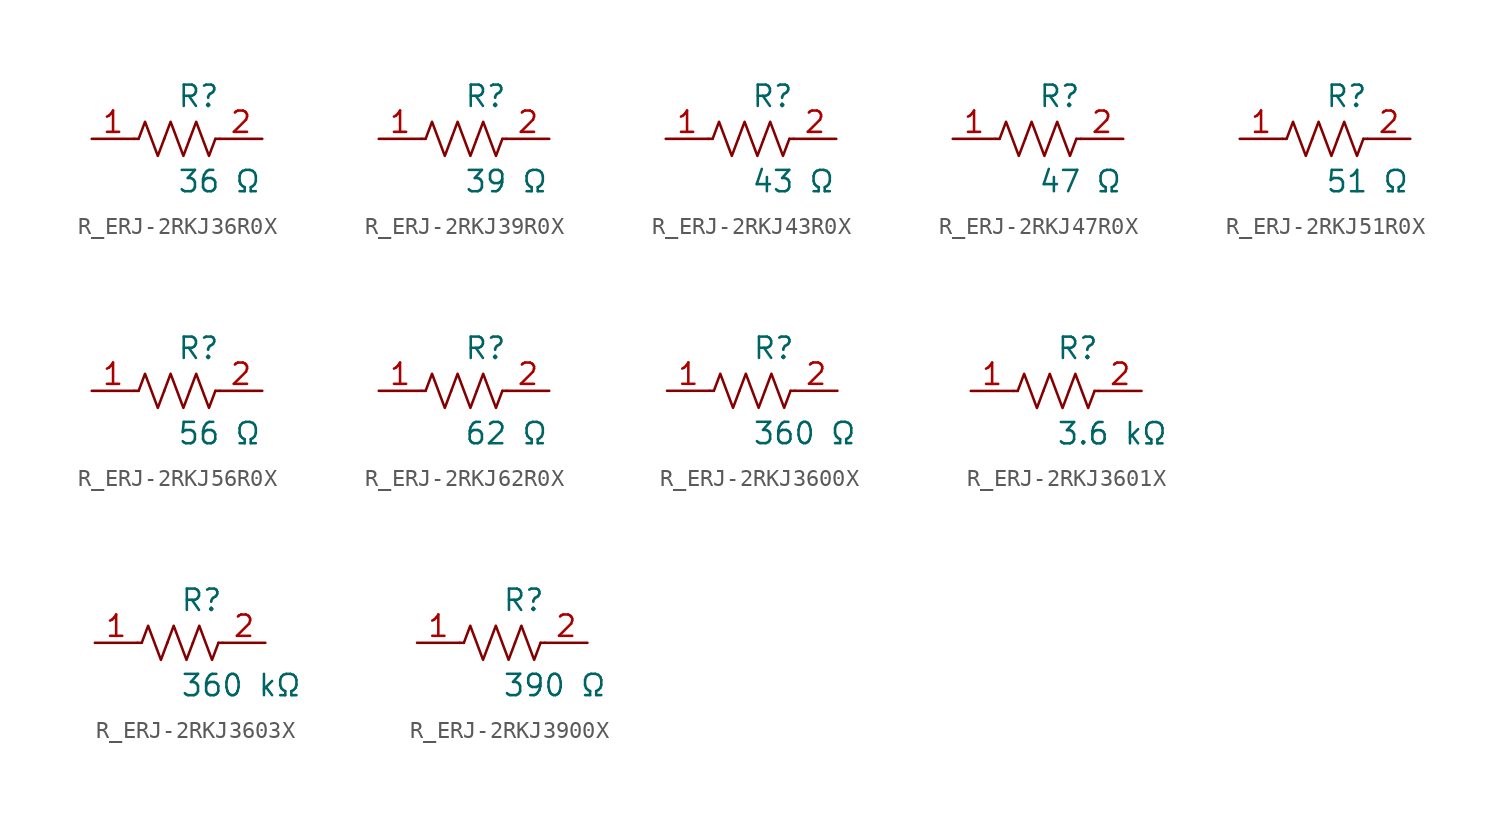
<source format=kicad_sym>
(kicad_symbol_lib
  (version 20231120)
  (generator kicad_symbol_editor)
  (generator_version 8.0)
  (symbol "R_ERJ-2RKJ36R0X"
    (pin_names
      (offset 0.254))
    (property "Reference" "R"
      (at 0.0 2.54 0)
      (effects (font (size 1.27 1.27)) (justify left)))
    (property "Value" "36 Ω"
      (at 0.0 -2.54 0)
      (effects (font (size 1.27 1.27)) (justify left)))
    (symbol "R_ERJ-2RKJ36R0X_0_1"
      (polyline (pts (xy 2.286 0) (xy 2.54 0)) (stroke (width 0) (type default)) (fill (type none)))
      (polyline (pts (xy -2.286 0) (xy -2.54 0)) (stroke (width 0) (type default)) (fill (type none)))
      (polyline (pts (xy 0.762 0) (xy 1.143 1.016) (xy 1.524 0) (xy 1.905 -1.016) (xy 2.286 0)) (stroke (width 0) (type default)) (fill (type none)))
      (polyline (pts (xy -0.762 0) (xy -0.381 1.016) (xy 0 0) (xy 0.381 -1.016) (xy 0.762 0)) (stroke (width 0) (type default)) (fill (type none)))
      (polyline (pts (xy -2.286 0) (xy -1.905 1.016) (xy -1.524 0) (xy -1.143 -1.016) (xy -0.762 0)) (stroke (width 0) (type default)) (fill (type none))))
    (pin unspecified line
      (at -5.08 0 0)
      (length 2.54)
      (name "" (effects (font (size 1.27 1.27))))
      (number "1" (effects (font (size 1.27 1.27)))))
    (pin unspecified line
      (at 5.08 0 180)
      (length 2.54)
      (name "" (effects (font (size 1.27 1.27))))
      (number "2" (effects (font (size 1.27 1.27))))))
  (symbol "R_ERJ-2RKJ39R0X"
    (pin_names
      (offset 0.254))
    (property "Reference" "R"
      (at 0.0 2.54 0)
      (effects (font (size 1.27 1.27)) (justify left)))
    (property "Value" "39 Ω"
      (at 0.0 -2.54 0)
      (effects (font (size 1.27 1.27)) (justify left)))
    (symbol "R_ERJ-2RKJ39R0X_0_1"
      (polyline (pts (xy 2.286 0) (xy 2.54 0)) (stroke (width 0) (type default)) (fill (type none)))
      (polyline (pts (xy -2.286 0) (xy -2.54 0)) (stroke (width 0) (type default)) (fill (type none)))
      (polyline (pts (xy 0.762 0) (xy 1.143 1.016) (xy 1.524 0) (xy 1.905 -1.016) (xy 2.286 0)) (stroke (width 0) (type default)) (fill (type none)))
      (polyline (pts (xy -0.762 0) (xy -0.381 1.016) (xy 0 0) (xy 0.381 -1.016) (xy 0.762 0)) (stroke (width 0) (type default)) (fill (type none)))
      (polyline (pts (xy -2.286 0) (xy -1.905 1.016) (xy -1.524 0) (xy -1.143 -1.016) (xy -0.762 0)) (stroke (width 0) (type default)) (fill (type none))))
    (pin unspecified line
      (at -5.08 0 0)
      (length 2.54)
      (name "" (effects (font (size 1.27 1.27))))
      (number "1" (effects (font (size 1.27 1.27)))))
    (pin unspecified line
      (at 5.08 0 180)
      (length 2.54)
      (name "" (effects (font (size 1.27 1.27))))
      (number "2" (effects (font (size 1.27 1.27))))))
  (symbol "R_ERJ-2RKJ43R0X"
    (pin_names
      (offset 0.254))
    (property "Reference" "R"
      (at 0.0 2.54 0)
      (effects (font (size 1.27 1.27)) (justify left)))
    (property "Value" "43 Ω"
      (at 0.0 -2.54 0)
      (effects (font (size 1.27 1.27)) (justify left)))
    (symbol "R_ERJ-2RKJ43R0X_0_1"
      (polyline (pts (xy 2.286 0) (xy 2.54 0)) (stroke (width 0) (type default)) (fill (type none)))
      (polyline (pts (xy -2.286 0) (xy -2.54 0)) (stroke (width 0) (type default)) (fill (type none)))
      (polyline (pts (xy 0.762 0) (xy 1.143 1.016) (xy 1.524 0) (xy 1.905 -1.016) (xy 2.286 0)) (stroke (width 0) (type default)) (fill (type none)))
      (polyline (pts (xy -0.762 0) (xy -0.381 1.016) (xy 0 0) (xy 0.381 -1.016) (xy 0.762 0)) (stroke (width 0) (type default)) (fill (type none)))
      (polyline (pts (xy -2.286 0) (xy -1.905 1.016) (xy -1.524 0) (xy -1.143 -1.016) (xy -0.762 0)) (stroke (width 0) (type default)) (fill (type none))))
    (pin unspecified line
      (at -5.08 0 0)
      (length 2.54)
      (name "" (effects (font (size 1.27 1.27))))
      (number "1" (effects (font (size 1.27 1.27)))))
    (pin unspecified line
      (at 5.08 0 180)
      (length 2.54)
      (name "" (effects (font (size 1.27 1.27))))
      (number "2" (effects (font (size 1.27 1.27))))))
  (symbol "R_ERJ-2RKJ47R0X"
    (pin_names
      (offset 0.254))
    (property "Reference" "R"
      (at 0.0 2.54 0)
      (effects (font (size 1.27 1.27)) (justify left)))
    (property "Value" "47 Ω"
      (at 0.0 -2.54 0)
      (effects (font (size 1.27 1.27)) (justify left)))
    (symbol "R_ERJ-2RKJ47R0X_0_1"
      (polyline (pts (xy 2.286 0) (xy 2.54 0)) (stroke (width 0) (type default)) (fill (type none)))
      (polyline (pts (xy -2.286 0) (xy -2.54 0)) (stroke (width 0) (type default)) (fill (type none)))
      (polyline (pts (xy 0.762 0) (xy 1.143 1.016) (xy 1.524 0) (xy 1.905 -1.016) (xy 2.286 0)) (stroke (width 0) (type default)) (fill (type none)))
      (polyline (pts (xy -0.762 0) (xy -0.381 1.016) (xy 0 0) (xy 0.381 -1.016) (xy 0.762 0)) (stroke (width 0) (type default)) (fill (type none)))
      (polyline (pts (xy -2.286 0) (xy -1.905 1.016) (xy -1.524 0) (xy -1.143 -1.016) (xy -0.762 0)) (stroke (width 0) (type default)) (fill (type none))))
    (pin unspecified line
      (at -5.08 0 0)
      (length 2.54)
      (name "" (effects (font (size 1.27 1.27))))
      (number "1" (effects (font (size 1.27 1.27)))))
    (pin unspecified line
      (at 5.08 0 180)
      (length 2.54)
      (name "" (effects (font (size 1.27 1.27))))
      (number "2" (effects (font (size 1.27 1.27))))))
  (symbol "R_ERJ-2RKJ51R0X"
    (pin_names
      (offset 0.254))
    (property "Reference" "R"
      (at 0.0 2.54 0)
      (effects (font (size 1.27 1.27)) (justify left)))
    (property "Value" "51 Ω"
      (at 0.0 -2.54 0)
      (effects (font (size 1.27 1.27)) (justify left)))
    (symbol "R_ERJ-2RKJ51R0X_0_1"
      (polyline (pts (xy 2.286 0) (xy 2.54 0)) (stroke (width 0) (type default)) (fill (type none)))
      (polyline (pts (xy -2.286 0) (xy -2.54 0)) (stroke (width 0) (type default)) (fill (type none)))
      (polyline (pts (xy 0.762 0) (xy 1.143 1.016) (xy 1.524 0) (xy 1.905 -1.016) (xy 2.286 0)) (stroke (width 0) (type default)) (fill (type none)))
      (polyline (pts (xy -0.762 0) (xy -0.381 1.016) (xy 0 0) (xy 0.381 -1.016) (xy 0.762 0)) (stroke (width 0) (type default)) (fill (type none)))
      (polyline (pts (xy -2.286 0) (xy -1.905 1.016) (xy -1.524 0) (xy -1.143 -1.016) (xy -0.762 0)) (stroke (width 0) (type default)) (fill (type none))))
    (pin unspecified line
      (at -5.08 0 0)
      (length 2.54)
      (name "" (effects (font (size 1.27 1.27))))
      (number "1" (effects (font (size 1.27 1.27)))))
    (pin unspecified line
      (at 5.08 0 180)
      (length 2.54)
      (name "" (effects (font (size 1.27 1.27))))
      (number "2" (effects (font (size 1.27 1.27))))))
  (symbol "R_ERJ-2RKJ56R0X"
    (pin_names
      (offset 0.254))
    (property "Reference" "R"
      (at 0.0 2.54 0)
      (effects (font (size 1.27 1.27)) (justify left)))
    (property "Value" "56 Ω"
      (at 0.0 -2.54 0)
      (effects (font (size 1.27 1.27)) (justify left)))
    (symbol "R_ERJ-2RKJ56R0X_0_1"
      (polyline (pts (xy 2.286 0) (xy 2.54 0)) (stroke (width 0) (type default)) (fill (type none)))
      (polyline (pts (xy -2.286 0) (xy -2.54 0)) (stroke (width 0) (type default)) (fill (type none)))
      (polyline (pts (xy 0.762 0) (xy 1.143 1.016) (xy 1.524 0) (xy 1.905 -1.016) (xy 2.286 0)) (stroke (width 0) (type default)) (fill (type none)))
      (polyline (pts (xy -0.762 0) (xy -0.381 1.016) (xy 0 0) (xy 0.381 -1.016) (xy 0.762 0)) (stroke (width 0) (type default)) (fill (type none)))
      (polyline (pts (xy -2.286 0) (xy -1.905 1.016) (xy -1.524 0) (xy -1.143 -1.016) (xy -0.762 0)) (stroke (width 0) (type default)) (fill (type none))))
    (pin unspecified line
      (at -5.08 0 0)
      (length 2.54)
      (name "" (effects (font (size 1.27 1.27))))
      (number "1" (effects (font (size 1.27 1.27)))))
    (pin unspecified line
      (at 5.08 0 180)
      (length 2.54)
      (name "" (effects (font (size 1.27 1.27))))
      (number "2" (effects (font (size 1.27 1.27))))))
  (symbol "R_ERJ-2RKJ62R0X"
    (pin_names
      (offset 0.254))
    (property "Reference" "R"
      (at 0.0 2.54 0)
      (effects (font (size 1.27 1.27)) (justify left)))
    (property "Value" "62 Ω"
      (at 0.0 -2.54 0)
      (effects (font (size 1.27 1.27)) (justify left)))
    (symbol "R_ERJ-2RKJ62R0X_0_1"
      (polyline (pts (xy 2.286 0) (xy 2.54 0)) (stroke (width 0) (type default)) (fill (type none)))
      (polyline (pts (xy -2.286 0) (xy -2.54 0)) (stroke (width 0) (type default)) (fill (type none)))
      (polyline (pts (xy 0.762 0) (xy 1.143 1.016) (xy 1.524 0) (xy 1.905 -1.016) (xy 2.286 0)) (stroke (width 0) (type default)) (fill (type none)))
      (polyline (pts (xy -0.762 0) (xy -0.381 1.016) (xy 0 0) (xy 0.381 -1.016) (xy 0.762 0)) (stroke (width 0) (type default)) (fill (type none)))
      (polyline (pts (xy -2.286 0) (xy -1.905 1.016) (xy -1.524 0) (xy -1.143 -1.016) (xy -0.762 0)) (stroke (width 0) (type default)) (fill (type none))))
    (pin unspecified line
      (at -5.08 0 0)
      (length 2.54)
      (name "" (effects (font (size 1.27 1.27))))
      (number "1" (effects (font (size 1.27 1.27)))))
    (pin unspecified line
      (at 5.08 0 180)
      (length 2.54)
      (name "" (effects (font (size 1.27 1.27))))
      (number "2" (effects (font (size 1.27 1.27))))))
  (symbol "R_ERJ-2RKJ3600X"
    (pin_names
      (offset 0.254))
    (property "Reference" "R"
      (at 0.0 2.54 0)
      (effects (font (size 1.27 1.27)) (justify left)))
    (property "Value" "360 Ω"
      (at 0.0 -2.54 0)
      (effects (font (size 1.27 1.27)) (justify left)))
    (symbol "R_ERJ-2RKJ3600X_0_1"
      (polyline (pts (xy 2.286 0) (xy 2.54 0)) (stroke (width 0) (type default)) (fill (type none)))
      (polyline (pts (xy -2.286 0) (xy -2.54 0)) (stroke (width 0) (type default)) (fill (type none)))
      (polyline (pts (xy 0.762 0) (xy 1.143 1.016) (xy 1.524 0) (xy 1.905 -1.016) (xy 2.286 0)) (stroke (width 0) (type default)) (fill (type none)))
      (polyline (pts (xy -0.762 0) (xy -0.381 1.016) (xy 0 0) (xy 0.381 -1.016) (xy 0.762 0)) (stroke (width 0) (type default)) (fill (type none)))
      (polyline (pts (xy -2.286 0) (xy -1.905 1.016) (xy -1.524 0) (xy -1.143 -1.016) (xy -0.762 0)) (stroke (width 0) (type default)) (fill (type none))))
    (pin unspecified line
      (at -5.08 0 0)
      (length 2.54)
      (name "" (effects (font (size 1.27 1.27))))
      (number "1" (effects (font (size 1.27 1.27)))))
    (pin unspecified line
      (at 5.08 0 180)
      (length 2.54)
      (name "" (effects (font (size 1.27 1.27))))
      (number "2" (effects (font (size 1.27 1.27))))))
  (symbol "R_ERJ-2RKJ3601X"
    (pin_names
      (offset 0.254))
    (property "Reference" "R"
      (at 0.0 2.54 0)
      (effects (font (size 1.27 1.27)) (justify left)))
    (property "Value" "3.6 kΩ"
      (at 0.0 -2.54 0)
      (effects (font (size 1.27 1.27)) (justify left)))
    (symbol "R_ERJ-2RKJ3601X_0_1"
      (polyline (pts (xy 2.286 0) (xy 2.54 0)) (stroke (width 0) (type default)) (fill (type none)))
      (polyline (pts (xy -2.286 0) (xy -2.54 0)) (stroke (width 0) (type default)) (fill (type none)))
      (polyline (pts (xy 0.762 0) (xy 1.143 1.016) (xy 1.524 0) (xy 1.905 -1.016) (xy 2.286 0)) (stroke (width 0) (type default)) (fill (type none)))
      (polyline (pts (xy -0.762 0) (xy -0.381 1.016) (xy 0 0) (xy 0.381 -1.016) (xy 0.762 0)) (stroke (width 0) (type default)) (fill (type none)))
      (polyline (pts (xy -2.286 0) (xy -1.905 1.016) (xy -1.524 0) (xy -1.143 -1.016) (xy -0.762 0)) (stroke (width 0) (type default)) (fill (type none))))
    (pin unspecified line
      (at -5.08 0 0)
      (length 2.54)
      (name "" (effects (font (size 1.27 1.27))))
      (number "1" (effects (font (size 1.27 1.27)))))
    (pin unspecified line
      (at 5.08 0 180)
      (length 2.54)
      (name "" (effects (font (size 1.27 1.27))))
      (number "2" (effects (font (size 1.27 1.27))))))
  (symbol "R_ERJ-2RKJ3603X"
    (pin_names
      (offset 0.254))
    (property "Reference" "R"
      (at 0.0 2.54 0)
      (effects (font (size 1.27 1.27)) (justify left)))
    (property "Value" "360 kΩ"
      (at 0.0 -2.54 0)
      (effects (font (size 1.27 1.27)) (justify left)))
    (symbol "R_ERJ-2RKJ3603X_0_1"
      (polyline (pts (xy 2.286 0) (xy 2.54 0)) (stroke (width 0) (type default)) (fill (type none)))
      (polyline (pts (xy -2.286 0) (xy -2.54 0)) (stroke (width 0) (type default)) (fill (type none)))
      (polyline (pts (xy 0.762 0) (xy 1.143 1.016) (xy 1.524 0) (xy 1.905 -1.016) (xy 2.286 0)) (stroke (width 0) (type default)) (fill (type none)))
      (polyline (pts (xy -0.762 0) (xy -0.381 1.016) (xy 0 0) (xy 0.381 -1.016) (xy 0.762 0)) (stroke (width 0) (type default)) (fill (type none)))
      (polyline (pts (xy -2.286 0) (xy -1.905 1.016) (xy -1.524 0) (xy -1.143 -1.016) (xy -0.762 0)) (stroke (width 0) (type default)) (fill (type none))))
    (pin unspecified line
      (at -5.08 0 0)
      (length 2.54)
      (name "" (effects (font (size 1.27 1.27))))
      (number "1" (effects (font (size 1.27 1.27)))))
    (pin unspecified line
      (at 5.08 0 180)
      (length 2.54)
      (name "" (effects (font (size 1.27 1.27))))
      (number "2" (effects (font (size 1.27 1.27))))))
  (symbol "R_ERJ-2RKJ3900X"
    (pin_names
      (offset 0.254))
    (property "Reference" "R"
      (at 0.0 2.54 0)
      (effects (font (size 1.27 1.27)) (justify left)))
    (property "Value" "390 Ω"
      (at 0.0 -2.54 0)
      (effects (font (size 1.27 1.27)) (justify left)))
    (symbol "R_ERJ-2RKJ3900X_0_1"
      (polyline (pts (xy 2.286 0) (xy 2.54 0)) (stroke (width 0) (type default)) (fill (type none)))
      (polyline (pts (xy -2.286 0) (xy -2.54 0)) (stroke (width 0) (type default)) (fill (type none)))
      (polyline (pts (xy 0.762 0) (xy 1.143 1.016) (xy 1.524 0) (xy 1.905 -1.016) (xy 2.286 0)) (stroke (width 0) (type default)) (fill (type none)))
      (polyline (pts (xy -0.762 0) (xy -0.381 1.016) (xy 0 0) (xy 0.381 -1.016) (xy 0.762 0)) (stroke (width 0) (type default)) (fill (type none)))
      (polyline (pts (xy -2.286 0) (xy -1.905 1.016) (xy -1.524 0) (xy -1.143 -1.016) (xy -0.762 0)) (stroke (width 0) (type default)) (fill (type none))))
    (pin unspecified line
      (at -5.08 0 0)
      (length 2.54)
      (name "" (effects (font (size 1.27 1.27))))
      (number "1" (effects (font (size 1.27 1.27)))))
    (pin unspecified line
      (at 5.08 0 180)
      (length 2.54)
      (name "" (effects (font (size 1.27 1.27))))
      (number "2" (effects (font (size 1.27 1.27)))))))
</source>
